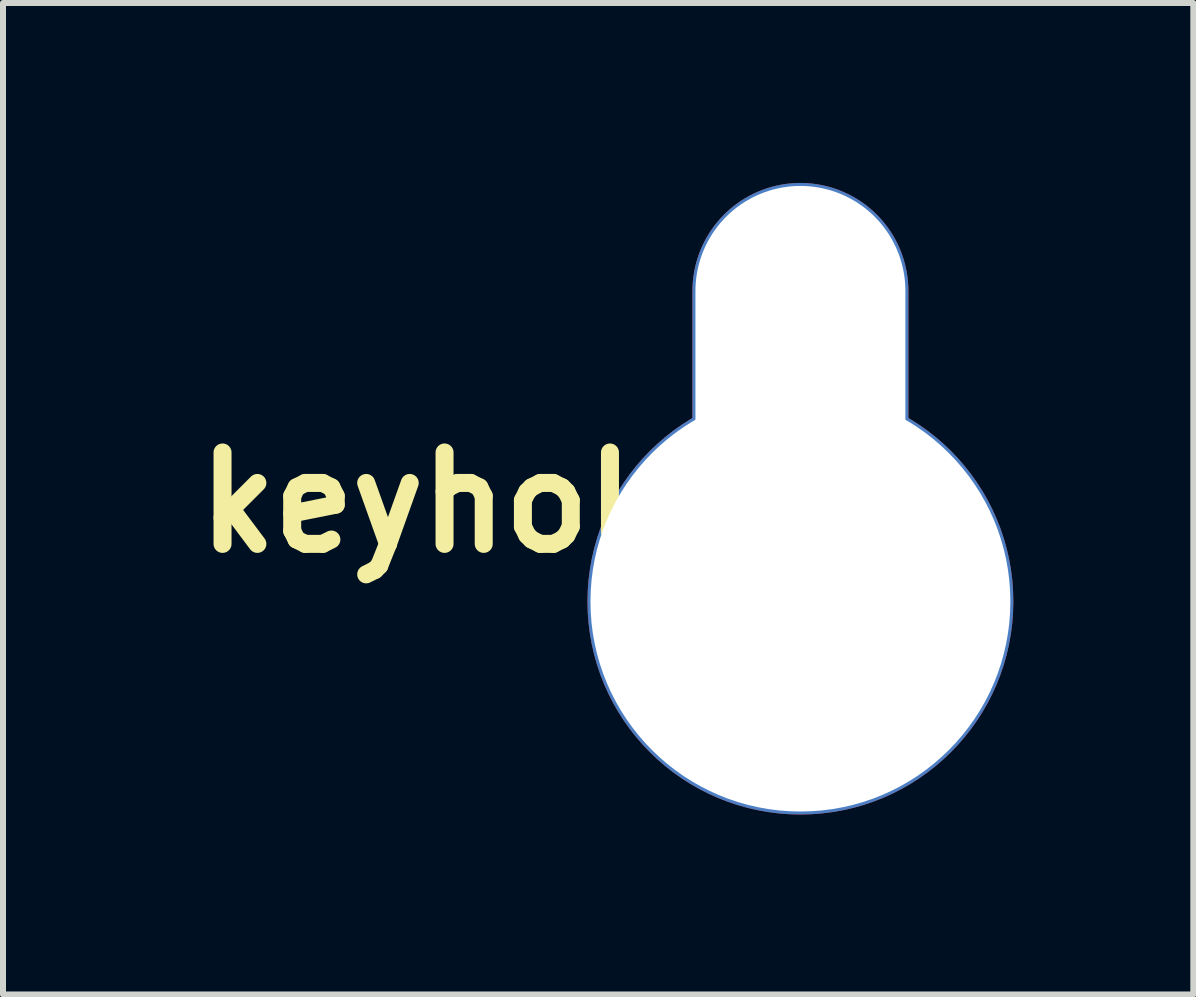
<source format=kicad_pcb>
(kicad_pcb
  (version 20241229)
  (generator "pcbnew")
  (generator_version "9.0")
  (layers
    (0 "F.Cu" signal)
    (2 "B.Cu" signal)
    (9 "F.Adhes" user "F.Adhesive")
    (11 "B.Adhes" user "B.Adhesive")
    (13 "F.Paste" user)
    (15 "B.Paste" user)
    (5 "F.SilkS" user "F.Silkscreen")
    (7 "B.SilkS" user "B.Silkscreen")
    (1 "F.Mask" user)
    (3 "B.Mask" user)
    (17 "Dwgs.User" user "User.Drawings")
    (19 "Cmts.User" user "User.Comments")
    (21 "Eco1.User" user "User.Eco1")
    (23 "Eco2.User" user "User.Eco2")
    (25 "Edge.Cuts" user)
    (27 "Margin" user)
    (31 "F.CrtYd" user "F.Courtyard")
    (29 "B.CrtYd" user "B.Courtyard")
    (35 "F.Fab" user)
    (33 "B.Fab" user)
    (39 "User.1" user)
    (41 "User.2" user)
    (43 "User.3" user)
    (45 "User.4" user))
  (footprint "keyhole"
    (layer "F.Cu")
    (at 4.579 5.328)
    (property "Reference" "keyhole" (at 0 0 0) (layer "F.SilkS") (effects (font (size 1.524 1.524) (thickness 0.3))))
    (attr through_hole)
    (pad "" np_thru_hole oval (at 5.715 -1.778) (size 3.6 7.1) (drill oval 3.5 7) (layers "*.Cu" "*.Mask"))
    (pad "" np_thru_hole oval (at 5.715 1.651) (size 7.1 7.1) (drill oval 7) (layers "*.Cu" "*.Mask")))
  (gr_rect
    (start -3 -3)
    (end 16.844 13.529)
    (stroke (width 0.1) (type default))
    (fill no)
    (layer "Edge.Cuts")))
</source>
